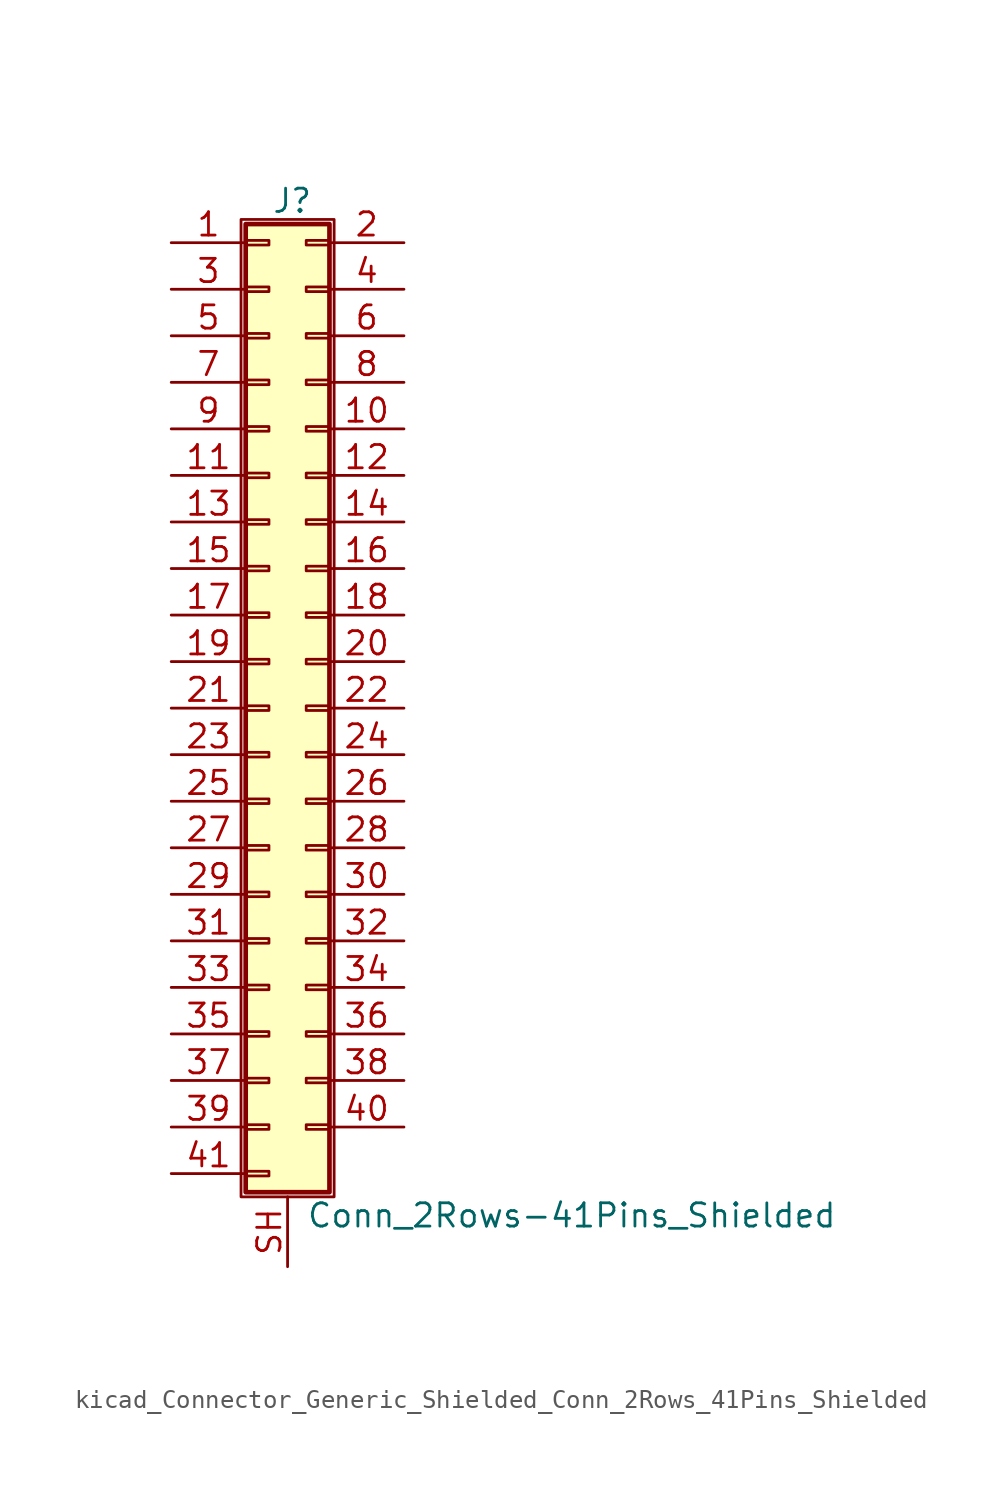
<source format=kicad_sym>
(kicad_symbol_lib
  (version 20220914)
  (generator kicad_symbol_editor)
  (symbol "kicad_Connector_Generic_Shielded_Conn_2Rows_41Pins_Shielded"
    (pin_names
      (offset 1.016) hide)
    (property "Reference" "J"
      (at 1.524 27.686 0)
      (effects (font (size 1.27 1.27))))
    (property "Value" "Conn_2Rows-41Pins_Shielded"
      (at 2.286 -27.686 0)
      (effects (font (size 1.27 1.27)) (justify left)))
    (symbol "kicad_Connector_Generic_Shielded_Conn_2Rows_41Pins_Shielded_1_1"
      (rectangle (start -1.27 26.67) (end 3.81 -26.67) (stroke (width 0.152) (type default)) (fill (type none)))
      (rectangle (start -1.016 -25.273) (end 0.254 -25.527) (stroke (width 0.152) (type default)) (fill (type none)))
      (rectangle (start -1.016 -22.733) (end 0.254 -22.987) (stroke (width 0.152) (type default)) (fill (type none)))
      (rectangle (start -1.016 -20.193) (end 0.254 -20.447) (stroke (width 0.152) (type default)) (fill (type none)))
      (rectangle (start -1.016 -17.653) (end 0.254 -17.907) (stroke (width 0.152) (type default)) (fill (type none)))
      (rectangle (start -1.016 -15.113) (end 0.254 -15.367) (stroke (width 0.152) (type default)) (fill (type none)))
      (rectangle (start -1.016 -12.573) (end 0.254 -12.827) (stroke (width 0.152) (type default)) (fill (type none)))
      (rectangle (start -1.016 -10.033) (end 0.254 -10.287) (stroke (width 0.152) (type default)) (fill (type none)))
      (rectangle (start -1.016 -7.493) (end 0.254 -7.747) (stroke (width 0.152) (type default)) (fill (type none)))
      (rectangle (start -1.016 -4.953) (end 0.254 -5.207) (stroke (width 0.152) (type default)) (fill (type none)))
      (rectangle (start -1.016 -2.413) (end 0.254 -2.667) (stroke (width 0.152) (type default)) (fill (type none)))
      (rectangle (start -1.016 0.127) (end 0.254 -0.127) (stroke (width 0.152) (type default)) (fill (type none)))
      (rectangle (start -1.016 2.667) (end 0.254 2.413) (stroke (width 0.152) (type default)) (fill (type none)))
      (rectangle (start -1.016 5.207) (end 0.254 4.953) (stroke (width 0.152) (type default)) (fill (type none)))
      (rectangle (start -1.016 7.747) (end 0.254 7.493) (stroke (width 0.152) (type default)) (fill (type none)))
      (rectangle (start -1.016 10.287) (end 0.254 10.033) (stroke (width 0.152) (type default)) (fill (type none)))
      (rectangle (start -1.016 12.827) (end 0.254 12.573) (stroke (width 0.152) (type default)) (fill (type none)))
      (rectangle (start -1.016 15.367) (end 0.254 15.113) (stroke (width 0.152) (type default)) (fill (type none)))
      (rectangle (start -1.016 17.907) (end 0.254 17.653) (stroke (width 0.152) (type default)) (fill (type none)))
      (rectangle (start -1.016 20.447) (end 0.254 20.193) (stroke (width 0.152) (type default)) (fill (type none)))
      (rectangle (start -1.016 22.987) (end 0.254 22.733) (stroke (width 0.152) (type default)) (fill (type none)))
      (rectangle (start -1.016 25.527) (end 0.254 25.273) (stroke (width 0.152) (type default)) (fill (type none)))
      (rectangle (start -1.016 26.416) (end 3.556 -26.416) (stroke (width 0.254) (type default)) (fill (type background)))
      (rectangle (start 3.556 -22.733) (end 2.286 -22.987) (stroke (width 0.152) (type default)) (fill (type none)))
      (rectangle (start 3.556 -20.193) (end 2.286 -20.447) (stroke (width 0.152) (type default)) (fill (type none)))
      (rectangle (start 3.556 -17.653) (end 2.286 -17.907) (stroke (width 0.152) (type default)) (fill (type none)))
      (rectangle (start 3.556 -15.113) (end 2.286 -15.367) (stroke (width 0.152) (type default)) (fill (type none)))
      (rectangle (start 3.556 -12.573) (end 2.286 -12.827) (stroke (width 0.152) (type default)) (fill (type none)))
      (rectangle (start 3.556 -10.033) (end 2.286 -10.287) (stroke (width 0.152) (type default)) (fill (type none)))
      (rectangle (start 3.556 -7.493) (end 2.286 -7.747) (stroke (width 0.152) (type default)) (fill (type none)))
      (rectangle (start 3.556 -4.953) (end 2.286 -5.207) (stroke (width 0.152) (type default)) (fill (type none)))
      (rectangle (start 3.556 -2.413) (end 2.286 -2.667) (stroke (width 0.152) (type default)) (fill (type none)))
      (rectangle (start 3.556 0.127) (end 2.286 -0.127) (stroke (width 0.152) (type default)) (fill (type none)))
      (rectangle (start 3.556 2.667) (end 2.286 2.413) (stroke (width 0.152) (type default)) (fill (type none)))
      (rectangle (start 3.556 5.207) (end 2.286 4.953) (stroke (width 0.152) (type default)) (fill (type none)))
      (rectangle (start 3.556 7.747) (end 2.286 7.493) (stroke (width 0.152) (type default)) (fill (type none)))
      (rectangle (start 3.556 10.287) (end 2.286 10.033) (stroke (width 0.152) (type default)) (fill (type none)))
      (rectangle (start 3.556 12.827) (end 2.286 12.573) (stroke (width 0.152) (type default)) (fill (type none)))
      (rectangle (start 3.556 15.367) (end 2.286 15.113) (stroke (width 0.152) (type default)) (fill (type none)))
      (rectangle (start 3.556 17.907) (end 2.286 17.653) (stroke (width 0.152) (type default)) (fill (type none)))
      (rectangle (start 3.556 20.447) (end 2.286 20.193) (stroke (width 0.152) (type default)) (fill (type none)))
      (rectangle (start 3.556 22.987) (end 2.286 22.733) (stroke (width 0.152) (type default)) (fill (type none)))
      (rectangle (start 3.556 25.527) (end 2.286 25.273) (stroke (width 0.152) (type default)) (fill (type none)))
      (pin passive line (at -5.08 25.4 0) (length 4.064) (name "Pin_1" (effects (font (size 1.27 1.27)))) (number "1" (effects (font (size 1.27 1.27)))))
      (pin passive line (at 7.62 15.24 180) (length 4.064) (name "Pin_10" (effects (font (size 1.27 1.27)))) (number "10" (effects (font (size 1.27 1.27)))))
      (pin passive line (at -5.08 12.7 0) (length 4.064) (name "Pin_11" (effects (font (size 1.27 1.27)))) (number "11" (effects (font (size 1.27 1.27)))))
      (pin passive line (at 7.62 12.7 180) (length 4.064) (name "Pin_12" (effects (font (size 1.27 1.27)))) (number "12" (effects (font (size 1.27 1.27)))))
      (pin passive line (at -5.08 10.16 0) (length 4.064) (name "Pin_13" (effects (font (size 1.27 1.27)))) (number "13" (effects (font (size 1.27 1.27)))))
      (pin passive line (at 7.62 10.16 180) (length 4.064) (name "Pin_14" (effects (font (size 1.27 1.27)))) (number "14" (effects (font (size 1.27 1.27)))))
      (pin passive line (at -5.08 7.62 0) (length 4.064) (name "Pin_15" (effects (font (size 1.27 1.27)))) (number "15" (effects (font (size 1.27 1.27)))))
      (pin passive line (at 7.62 7.62 180) (length 4.064) (name "Pin_16" (effects (font (size 1.27 1.27)))) (number "16" (effects (font (size 1.27 1.27)))))
      (pin passive line (at -5.08 5.08 0) (length 4.064) (name "Pin_17" (effects (font (size 1.27 1.27)))) (number "17" (effects (font (size 1.27 1.27)))))
      (pin passive line (at 7.62 5.08 180) (length 4.064) (name "Pin_18" (effects (font (size 1.27 1.27)))) (number "18" (effects (font (size 1.27 1.27)))))
      (pin passive line (at -5.08 2.54 0) (length 4.064) (name "Pin_19" (effects (font (size 1.27 1.27)))) (number "19" (effects (font (size 1.27 1.27)))))
      (pin passive line (at 7.62 25.4 180) (length 4.064) (name "Pin_2" (effects (font (size 1.27 1.27)))) (number "2" (effects (font (size 1.27 1.27)))))
      (pin passive line (at 7.62 2.54 180) (length 4.064) (name "Pin_20" (effects (font (size 1.27 1.27)))) (number "20" (effects (font (size 1.27 1.27)))))
      (pin passive line (at -5.08 0 0) (length 4.064) (name "Pin_21" (effects (font (size 1.27 1.27)))) (number "21" (effects (font (size 1.27 1.27)))))
      (pin passive line (at 7.62 0 180) (length 4.064) (name "Pin_22" (effects (font (size 1.27 1.27)))) (number "22" (effects (font (size 1.27 1.27)))))
      (pin passive line (at -5.08 -2.54 0) (length 4.064) (name "Pin_23" (effects (font (size 1.27 1.27)))) (number "23" (effects (font (size 1.27 1.27)))))
      (pin passive line (at 7.62 -2.54 180) (length 4.064) (name "Pin_24" (effects (font (size 1.27 1.27)))) (number "24" (effects (font (size 1.27 1.27)))))
      (pin passive line (at -5.08 -5.08 0) (length 4.064) (name "Pin_25" (effects (font (size 1.27 1.27)))) (number "25" (effects (font (size 1.27 1.27)))))
      (pin passive line (at 7.62 -5.08 180) (length 4.064) (name "Pin_26" (effects (font (size 1.27 1.27)))) (number "26" (effects (font (size 1.27 1.27)))))
      (pin passive line (at -5.08 -7.62 0) (length 4.064) (name "Pin_27" (effects (font (size 1.27 1.27)))) (number "27" (effects (font (size 1.27 1.27)))))
      (pin passive line (at 7.62 -7.62 180) (length 4.064) (name "Pin_28" (effects (font (size 1.27 1.27)))) (number "28" (effects (font (size 1.27 1.27)))))
      (pin passive line (at -5.08 -10.16 0) (length 4.064) (name "Pin_29" (effects (font (size 1.27 1.27)))) (number "29" (effects (font (size 1.27 1.27)))))
      (pin passive line (at -5.08 22.86 0) (length 4.064) (name "Pin_3" (effects (font (size 1.27 1.27)))) (number "3" (effects (font (size 1.27 1.27)))))
      (pin passive line (at 7.62 -10.16 180) (length 4.064) (name "Pin_30" (effects (font (size 1.27 1.27)))) (number "30" (effects (font (size 1.27 1.27)))))
      (pin passive line (at -5.08 -12.7 0) (length 4.064) (name "Pin_31" (effects (font (size 1.27 1.27)))) (number "31" (effects (font (size 1.27 1.27)))))
      (pin passive line (at 7.62 -12.7 180) (length 4.064) (name "Pin_32" (effects (font (size 1.27 1.27)))) (number "32" (effects (font (size 1.27 1.27)))))
      (pin passive line (at -5.08 -15.24 0) (length 4.064) (name "Pin_33" (effects (font (size 1.27 1.27)))) (number "33" (effects (font (size 1.27 1.27)))))
      (pin passive line (at 7.62 -15.24 180) (length 4.064) (name "Pin_34" (effects (font (size 1.27 1.27)))) (number "34" (effects (font (size 1.27 1.27)))))
      (pin passive line (at -5.08 -17.78 0) (length 4.064) (name "Pin_35" (effects (font (size 1.27 1.27)))) (number "35" (effects (font (size 1.27 1.27)))))
      (pin passive line (at 7.62 -17.78 180) (length 4.064) (name "Pin_36" (effects (font (size 1.27 1.27)))) (number "36" (effects (font (size 1.27 1.27)))))
      (pin passive line (at -5.08 -20.32 0) (length 4.064) (name "Pin_37" (effects (font (size 1.27 1.27)))) (number "37" (effects (font (size 1.27 1.27)))))
      (pin passive line (at 7.62 -20.32 180) (length 4.064) (name "Pin_38" (effects (font (size 1.27 1.27)))) (number "38" (effects (font (size 1.27 1.27)))))
      (pin passive line (at -5.08 -22.86 0) (length 4.064) (name "Pin_39" (effects (font (size 1.27 1.27)))) (number "39" (effects (font (size 1.27 1.27)))))
      (pin passive line (at 7.62 22.86 180) (length 4.064) (name "Pin_4" (effects (font (size 1.27 1.27)))) (number "4" (effects (font (size 1.27 1.27)))))
      (pin passive line (at 7.62 -22.86 180) (length 4.064) (name "Pin_40" (effects (font (size 1.27 1.27)))) (number "40" (effects (font (size 1.27 1.27)))))
      (pin passive line (at -5.08 -25.4 0) (length 4.064) (name "Pin_41" (effects (font (size 1.27 1.27)))) (number "41" (effects (font (size 1.27 1.27)))))
      (pin passive line (at -5.08 20.32 0) (length 4.064) (name "Pin_5" (effects (font (size 1.27 1.27)))) (number "5" (effects (font (size 1.27 1.27)))))
      (pin passive line (at 7.62 20.32 180) (length 4.064) (name "Pin_6" (effects (font (size 1.27 1.27)))) (number "6" (effects (font (size 1.27 1.27)))))
      (pin passive line (at -5.08 17.78 0) (length 4.064) (name "Pin_7" (effects (font (size 1.27 1.27)))) (number "7" (effects (font (size 1.27 1.27)))))
      (pin passive line (at 7.62 17.78 180) (length 4.064) (name "Pin_8" (effects (font (size 1.27 1.27)))) (number "8" (effects (font (size 1.27 1.27)))))
      (pin passive line (at -5.08 15.24 0) (length 4.064) (name "Pin_9" (effects (font (size 1.27 1.27)))) (number "9" (effects (font (size 1.27 1.27)))))
      (pin passive line (at 1.27 -30.48 90) (length 3.81) (name "Shield" (effects (font (size 1.27 1.27)))) (number "SH" (effects (font (size 1.27 1.27))))))))
</source>
